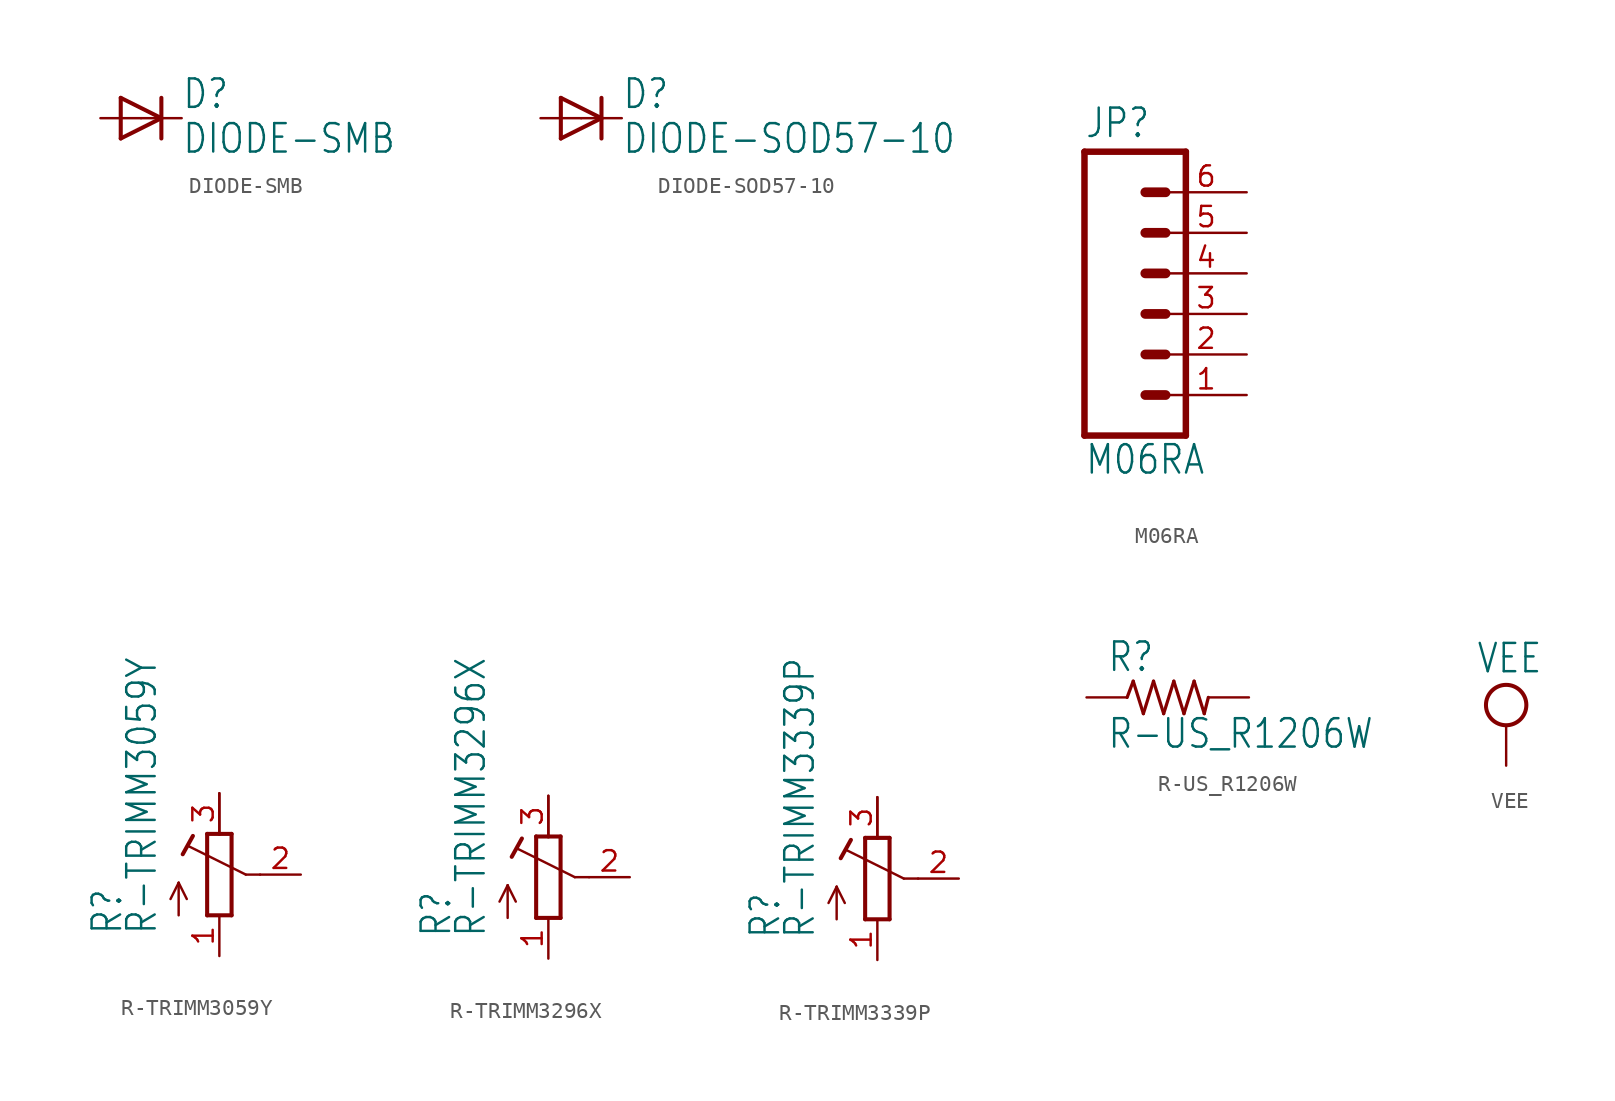
<source format=kicad_sym>
(kicad_symbol_lib
  (version 20211014)
  (generator kicad_symbol_editor)
  (symbol "DIODE-SMB"
    (property "Reference" "D"
      (at 2.54 0.483 0)
      (effects (font (size 1.778 1.511)) (justify left bottom)))
    (property "Value" "DIODE-SMB"
      (at 2.54 -2.311 0)
      (effects (font (size 1.778 1.511)) (justify left bottom)))
    (property "ki_locked" ""
      (at 0 0 0)
      (effects (font (size 1.27 1.27))))
    (symbol "DIODE-SMB_1_0"
      (polyline (pts (xy -1.27 -1.27) (xy 1.27 0)) (stroke (width 0.254) (type default) (color 0 0 0 0)) (fill (type none)))
      (polyline (pts (xy -1.27 1.27) (xy -1.27 -1.27)) (stroke (width 0.254) (type default) (color 0 0 0 0)) (fill (type none)))
      (polyline (pts (xy 1.27 0) (xy -1.27 1.27)) (stroke (width 0.254) (type default) (color 0 0 0 0)) (fill (type none)))
      (polyline (pts (xy 1.27 0) (xy 1.27 -1.27)) (stroke (width 0.254) (type default) (color 0 0 0 0)) (fill (type none)))
      (polyline (pts (xy 1.27 1.27) (xy 1.27 0)) (stroke (width 0.254) (type default) (color 0 0 0 0)) (fill (type none)))
      (pin passive line (at -2.54 0 0) (length 2.54) (name "A" (effects (font (size 0 0)))) (number "A" (effects (font (size 0 0)))))
      (pin passive line (at 2.54 0 180) (length 2.54) (name "C" (effects (font (size 0 0)))) (number "C" (effects (font (size 0 0)))))))
  (symbol "DIODE-SOD57-10"
    (property "Reference" "D"
      (at 2.54 0.483 0)
      (effects (font (size 1.778 1.511)) (justify left bottom)))
    (property "Value" "DIODE-SOD57-10"
      (at 2.54 -2.311 0)
      (effects (font (size 1.778 1.511)) (justify left bottom)))
    (property "ki_locked" ""
      (at 0 0 0)
      (effects (font (size 1.27 1.27))))
    (symbol "DIODE-SOD57-10_1_0"
      (polyline (pts (xy -1.27 -1.27) (xy 1.27 0)) (stroke (width 0.254) (type default) (color 0 0 0 0)) (fill (type none)))
      (polyline (pts (xy -1.27 1.27) (xy -1.27 -1.27)) (stroke (width 0.254) (type default) (color 0 0 0 0)) (fill (type none)))
      (polyline (pts (xy 1.27 0) (xy -1.27 1.27)) (stroke (width 0.254) (type default) (color 0 0 0 0)) (fill (type none)))
      (polyline (pts (xy 1.27 0) (xy 1.27 -1.27)) (stroke (width 0.254) (type default) (color 0 0 0 0)) (fill (type none)))
      (polyline (pts (xy 1.27 1.27) (xy 1.27 0)) (stroke (width 0.254) (type default) (color 0 0 0 0)) (fill (type none)))
      (pin passive line (at -2.54 0 0) (length 2.54) (name "A" (effects (font (size 0 0)))) (number "A" (effects (font (size 0 0)))))
      (pin passive line (at 2.54 0 180) (length 2.54) (name "C" (effects (font (size 0 0)))) (number "C" (effects (font (size 0 0)))))))
  (symbol "M06RA"
    (property "Reference" "JP"
      (at -5.08 10.922 0)
      (effects (font (size 1.778 1.511)) (justify left bottom)))
    (property "Value" "M06RA"
      (at -5.08 -10.16 0)
      (effects (font (size 1.778 1.511)) (justify left bottom)))
    (property "ki_locked" ""
      (at 0 0 0)
      (effects (font (size 1.27 1.27))))
    (symbol "M06RA_1_0"
      (polyline (pts (xy -5.08 10.16) (xy -5.08 -7.62)) (stroke (width 0.406) (type default) (color 0 0 0 0)) (fill (type none)))
      (polyline (pts (xy -5.08 10.16) (xy 1.27 10.16)) (stroke (width 0.406) (type default) (color 0 0 0 0)) (fill (type none)))
      (polyline (pts (xy -1.27 -5.08) (xy 0 -5.08)) (stroke (width 0.61) (type default) (color 0 0 0 0)) (fill (type none)))
      (polyline (pts (xy -1.27 -2.54) (xy 0 -2.54)) (stroke (width 0.61) (type default) (color 0 0 0 0)) (fill (type none)))
      (polyline (pts (xy -1.27 0) (xy 0 0)) (stroke (width 0.61) (type default) (color 0 0 0 0)) (fill (type none)))
      (polyline (pts (xy -1.27 2.54) (xy 0 2.54)) (stroke (width 0.61) (type default) (color 0 0 0 0)) (fill (type none)))
      (polyline (pts (xy -1.27 5.08) (xy 0 5.08)) (stroke (width 0.61) (type default) (color 0 0 0 0)) (fill (type none)))
      (polyline (pts (xy -1.27 7.62) (xy 0 7.62)) (stroke (width 0.61) (type default) (color 0 0 0 0)) (fill (type none)))
      (polyline (pts (xy 1.27 -7.62) (xy -5.08 -7.62)) (stroke (width 0.406) (type default) (color 0 0 0 0)) (fill (type none)))
      (polyline (pts (xy 1.27 -7.62) (xy 1.27 10.16)) (stroke (width 0.406) (type default) (color 0 0 0 0)) (fill (type none)))
      (pin passive line (at 5.08 -5.08 180) (length 5.08) (name "1" (effects (font (size 0 0)))) (number "1" (effects (font (size 1.27 1.27)))))
      (pin passive line (at 5.08 -2.54 180) (length 5.08) (name "2" (effects (font (size 0 0)))) (number "2" (effects (font (size 1.27 1.27)))))
      (pin passive line (at 5.08 0 180) (length 5.08) (name "3" (effects (font (size 0 0)))) (number "3" (effects (font (size 1.27 1.27)))))
      (pin passive line (at 5.08 2.54 180) (length 5.08) (name "4" (effects (font (size 0 0)))) (number "4" (effects (font (size 1.27 1.27)))))
      (pin passive line (at 5.08 5.08 180) (length 5.08) (name "5" (effects (font (size 0 0)))) (number "5" (effects (font (size 1.27 1.27)))))
      (pin passive line (at 5.08 7.62 180) (length 5.08) (name "6" (effects (font (size 0 0)))) (number "6" (effects (font (size 1.27 1.27)))))))
  (symbol "R-TRIMM3059Y"
    (property "Reference" "R"
      (at -5.969 -3.81 90)
      (effects (font (size 1.778 1.511)) (justify left bottom)))
    (property "Value" "R-TRIMM3059Y"
      (at -3.81 -3.81 90)
      (effects (font (size 1.778 1.511)) (justify left bottom)))
    (property "ki_locked" ""
      (at 0 0 0)
      (effects (font (size 1.27 1.27))))
    (symbol "R-TRIMM3059Y_1_0"
      (polyline (pts (xy -2.54 -2.54) (xy -2.54 -0.508)) (stroke (width 0.152) (type default) (color 0 0 0 0)) (fill (type none)))
      (polyline (pts (xy -2.54 -0.508) (xy -3.048 -1.524)) (stroke (width 0.152) (type default) (color 0 0 0 0)) (fill (type none)))
      (polyline (pts (xy -2.54 -0.508) (xy -2.032 -1.524)) (stroke (width 0.152) (type default) (color 0 0 0 0)) (fill (type none)))
      (polyline (pts (xy -2.286 1.27) (xy -1.651 2.413)) (stroke (width 0.254) (type default) (color 0 0 0 0)) (fill (type none)))
      (polyline (pts (xy -0.762 -2.54) (xy 0.762 -2.54)) (stroke (width 0.254) (type default) (color 0 0 0 0)) (fill (type none)))
      (polyline (pts (xy -0.762 2.54) (xy -0.762 -2.54)) (stroke (width 0.254) (type default) (color 0 0 0 0)) (fill (type none)))
      (polyline (pts (xy 0 2.54) (xy -0.762 2.54)) (stroke (width 0.254) (type default) (color 0 0 0 0)) (fill (type none)))
      (polyline (pts (xy 0 2.54) (xy 0 5.08)) (stroke (width 0.152) (type default) (color 0 0 0 0)) (fill (type none)))
      (polyline (pts (xy 0.762 -2.54) (xy 0.762 2.54)) (stroke (width 0.254) (type default) (color 0 0 0 0)) (fill (type none)))
      (polyline (pts (xy 0.762 2.54) (xy 0 2.54)) (stroke (width 0.254) (type default) (color 0 0 0 0)) (fill (type none)))
      (polyline (pts (xy 1.651 0) (xy -1.88 1.753)) (stroke (width 0.152) (type default) (color 0 0 0 0)) (fill (type none)))
      (polyline (pts (xy 2.54 0) (xy 1.651 0)) (stroke (width 0.152) (type default) (color 0 0 0 0)) (fill (type none)))
      (pin passive line (at 0 -5.08 90) (length 2.54) (name "E" (effects (font (size 0 0)))) (number "1" (effects (font (size 1.27 1.27)))))
      (pin passive line (at 5.08 0 180) (length 2.54) (name "S" (effects (font (size 0 0)))) (number "2" (effects (font (size 1.27 1.27)))))
      (pin passive line (at 0 5.08 270) (length 2.54) (name "A" (effects (font (size 0 0)))) (number "3" (effects (font (size 1.27 1.27)))))))
  (symbol "R-TRIMM3296X"
    (property "Reference" "R"
      (at -5.969 -3.81 90)
      (effects (font (size 1.778 1.511)) (justify left bottom)))
    (property "Value" "R-TRIMM3296X"
      (at -3.81 -3.81 90)
      (effects (font (size 1.778 1.511)) (justify left bottom)))
    (property "ki_locked" ""
      (at 0 0 0)
      (effects (font (size 1.27 1.27))))
    (symbol "R-TRIMM3296X_1_0"
      (polyline (pts (xy -2.54 -2.54) (xy -2.54 -0.508)) (stroke (width 0.152) (type default) (color 0 0 0 0)) (fill (type none)))
      (polyline (pts (xy -2.54 -0.508) (xy -3.048 -1.524)) (stroke (width 0.152) (type default) (color 0 0 0 0)) (fill (type none)))
      (polyline (pts (xy -2.54 -0.508) (xy -2.032 -1.524)) (stroke (width 0.152) (type default) (color 0 0 0 0)) (fill (type none)))
      (polyline (pts (xy -2.286 1.27) (xy -1.651 2.413)) (stroke (width 0.254) (type default) (color 0 0 0 0)) (fill (type none)))
      (polyline (pts (xy -0.762 -2.54) (xy 0.762 -2.54)) (stroke (width 0.254) (type default) (color 0 0 0 0)) (fill (type none)))
      (polyline (pts (xy -0.762 2.54) (xy -0.762 -2.54)) (stroke (width 0.254) (type default) (color 0 0 0 0)) (fill (type none)))
      (polyline (pts (xy 0 2.54) (xy -0.762 2.54)) (stroke (width 0.254) (type default) (color 0 0 0 0)) (fill (type none)))
      (polyline (pts (xy 0 2.54) (xy 0 5.08)) (stroke (width 0.152) (type default) (color 0 0 0 0)) (fill (type none)))
      (polyline (pts (xy 0.762 -2.54) (xy 0.762 2.54)) (stroke (width 0.254) (type default) (color 0 0 0 0)) (fill (type none)))
      (polyline (pts (xy 0.762 2.54) (xy 0 2.54)) (stroke (width 0.254) (type default) (color 0 0 0 0)) (fill (type none)))
      (polyline (pts (xy 1.651 0) (xy -1.88 1.753)) (stroke (width 0.152) (type default) (color 0 0 0 0)) (fill (type none)))
      (polyline (pts (xy 2.54 0) (xy 1.651 0)) (stroke (width 0.152) (type default) (color 0 0 0 0)) (fill (type none)))
      (pin passive line (at 0 -5.08 90) (length 2.54) (name "E" (effects (font (size 0 0)))) (number "1" (effects (font (size 1.27 1.27)))))
      (pin passive line (at 5.08 0 180) (length 2.54) (name "S" (effects (font (size 0 0)))) (number "2" (effects (font (size 1.27 1.27)))))
      (pin passive line (at 0 5.08 270) (length 2.54) (name "A" (effects (font (size 0 0)))) (number "3" (effects (font (size 1.27 1.27)))))))
  (symbol "R-TRIMM3339P"
    (property "Reference" "R"
      (at -5.969 -3.81 90)
      (effects (font (size 1.778 1.511)) (justify left bottom)))
    (property "Value" "R-TRIMM3339P"
      (at -3.81 -3.81 90)
      (effects (font (size 1.778 1.511)) (justify left bottom)))
    (property "ki_locked" ""
      (at 0 0 0)
      (effects (font (size 1.27 1.27))))
    (symbol "R-TRIMM3339P_1_0"
      (polyline (pts (xy -2.54 -2.54) (xy -2.54 -0.508)) (stroke (width 0.152) (type default) (color 0 0 0 0)) (fill (type none)))
      (polyline (pts (xy -2.54 -0.508) (xy -3.048 -1.524)) (stroke (width 0.152) (type default) (color 0 0 0 0)) (fill (type none)))
      (polyline (pts (xy -2.54 -0.508) (xy -2.032 -1.524)) (stroke (width 0.152) (type default) (color 0 0 0 0)) (fill (type none)))
      (polyline (pts (xy -2.286 1.27) (xy -1.651 2.413)) (stroke (width 0.254) (type default) (color 0 0 0 0)) (fill (type none)))
      (polyline (pts (xy -0.762 -2.54) (xy 0.762 -2.54)) (stroke (width 0.254) (type default) (color 0 0 0 0)) (fill (type none)))
      (polyline (pts (xy -0.762 2.54) (xy -0.762 -2.54)) (stroke (width 0.254) (type default) (color 0 0 0 0)) (fill (type none)))
      (polyline (pts (xy 0 2.54) (xy -0.762 2.54)) (stroke (width 0.254) (type default) (color 0 0 0 0)) (fill (type none)))
      (polyline (pts (xy 0 2.54) (xy 0 5.08)) (stroke (width 0.152) (type default) (color 0 0 0 0)) (fill (type none)))
      (polyline (pts (xy 0.762 -2.54) (xy 0.762 2.54)) (stroke (width 0.254) (type default) (color 0 0 0 0)) (fill (type none)))
      (polyline (pts (xy 0.762 2.54) (xy 0 2.54)) (stroke (width 0.254) (type default) (color 0 0 0 0)) (fill (type none)))
      (polyline (pts (xy 1.651 0) (xy -1.88 1.753)) (stroke (width 0.152) (type default) (color 0 0 0 0)) (fill (type none)))
      (polyline (pts (xy 2.54 0) (xy 1.651 0)) (stroke (width 0.152) (type default) (color 0 0 0 0)) (fill (type none)))
      (pin passive line (at 0 -5.08 90) (length 2.54) (name "E" (effects (font (size 0 0)))) (number "1" (effects (font (size 1.27 1.27)))))
      (pin passive line (at 5.08 0 180) (length 2.54) (name "S" (effects (font (size 0 0)))) (number "2" (effects (font (size 1.27 1.27)))))
      (pin passive line (at 0 5.08 270) (length 2.54) (name "A" (effects (font (size 0 0)))) (number "3" (effects (font (size 1.27 1.27)))))))
  (symbol "R-US_R1206W"
    (property "Reference" "R"
      (at -3.81 1.499 0)
      (effects (font (size 1.778 1.511)) (justify left bottom)))
    (property "Value" "R-US_R1206W"
      (at -3.81 -3.302 0)
      (effects (font (size 1.778 1.511)) (justify left bottom)))
    (property "ki_locked" ""
      (at 0 0 0)
      (effects (font (size 1.27 1.27))))
    (symbol "R-US_R1206W_1_0"
      (polyline (pts (xy -2.54 0) (xy -2.159 1.016)) (stroke (width 0.203) (type default) (color 0 0 0 0)) (fill (type none)))
      (polyline (pts (xy -2.159 1.016) (xy -1.524 -1.016)) (stroke (width 0.203) (type default) (color 0 0 0 0)) (fill (type none)))
      (polyline (pts (xy -1.524 -1.016) (xy -0.889 1.016)) (stroke (width 0.203) (type default) (color 0 0 0 0)) (fill (type none)))
      (polyline (pts (xy -0.889 1.016) (xy -0.254 -1.016)) (stroke (width 0.203) (type default) (color 0 0 0 0)) (fill (type none)))
      (polyline (pts (xy -0.254 -1.016) (xy 0.381 1.016)) (stroke (width 0.203) (type default) (color 0 0 0 0)) (fill (type none)))
      (polyline (pts (xy 0.381 1.016) (xy 1.016 -1.016)) (stroke (width 0.203) (type default) (color 0 0 0 0)) (fill (type none)))
      (polyline (pts (xy 1.016 -1.016) (xy 1.651 1.016)) (stroke (width 0.203) (type default) (color 0 0 0 0)) (fill (type none)))
      (polyline (pts (xy 1.651 1.016) (xy 2.286 -1.016)) (stroke (width 0.203) (type default) (color 0 0 0 0)) (fill (type none)))
      (polyline (pts (xy 2.286 -1.016) (xy 2.54 0)) (stroke (width 0.203) (type default) (color 0 0 0 0)) (fill (type none)))
      (pin passive line (at -5.08 0 0) (length 2.54) (name "1" (effects (font (size 0 0)))) (number "1" (effects (font (size 0 0)))))
      (pin passive line (at 5.08 0 180) (length 2.54) (name "2" (effects (font (size 0 0)))) (number "2" (effects (font (size 0 0)))))))
  (symbol "VEE"
    (power)
    (property "Reference" "#SUPPLY"
      (at 0 0 0)
      (effects (font (size 1.27 1.27)) hide))
    (property "Value" "VEE"
      (at -1.905 3.175 0)
      (effects (font (size 1.778 1.511)) (justify left bottom)))
    (property "ki_locked" ""
      (at 0 0 0)
      (effects (font (size 1.27 1.27))))
    (symbol "VEE_1_0"
      (circle (center 0 1.27) (radius 1.27) (stroke (width 0.254) (type default) (color 0 0 0 0)) (fill (type none)))
      (pin power_in line (at 0 -2.54 90) (length 2.54) (name "VEE" (effects (font (size 0 0)))) (number "1" (effects (font (size 0 0))))))))
</source>
